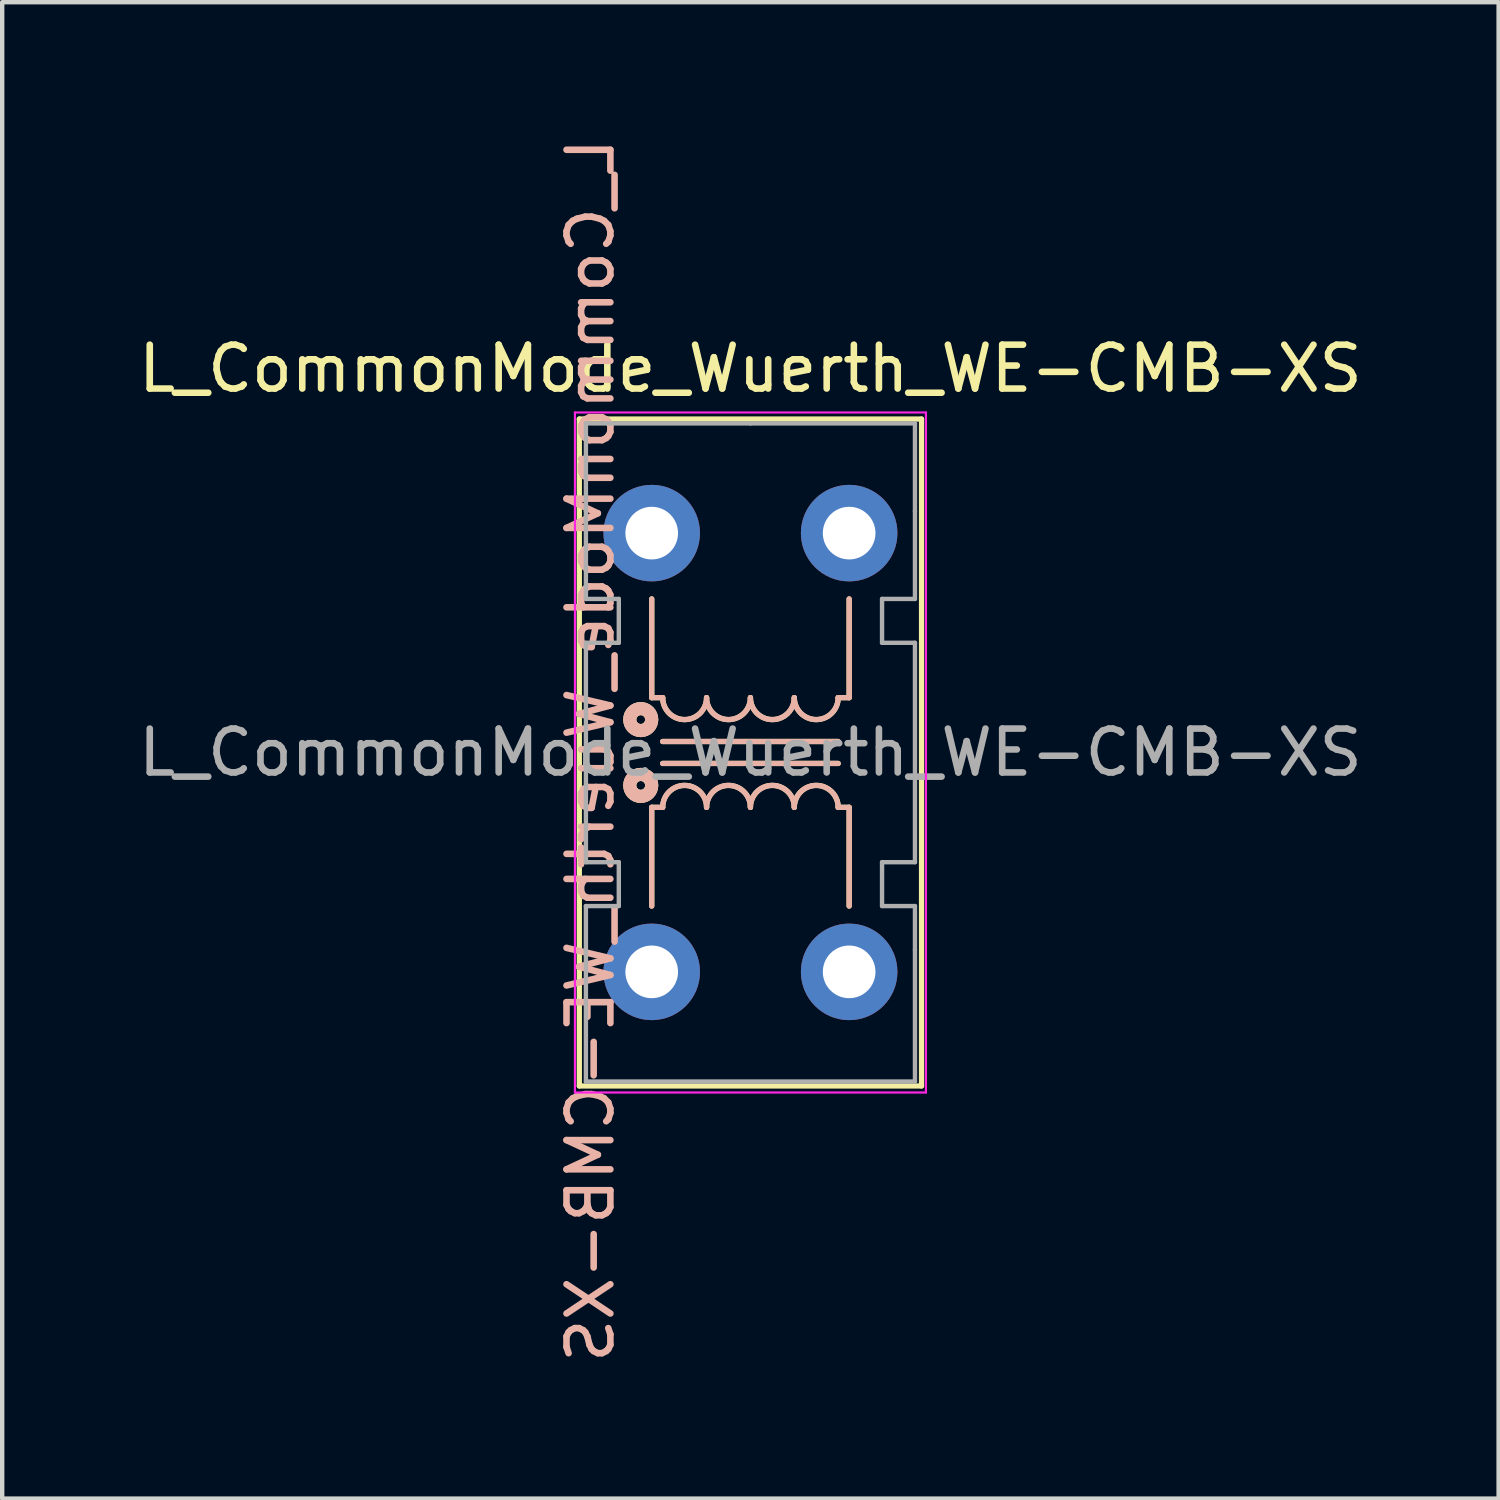
<source format=kicad_pcb>
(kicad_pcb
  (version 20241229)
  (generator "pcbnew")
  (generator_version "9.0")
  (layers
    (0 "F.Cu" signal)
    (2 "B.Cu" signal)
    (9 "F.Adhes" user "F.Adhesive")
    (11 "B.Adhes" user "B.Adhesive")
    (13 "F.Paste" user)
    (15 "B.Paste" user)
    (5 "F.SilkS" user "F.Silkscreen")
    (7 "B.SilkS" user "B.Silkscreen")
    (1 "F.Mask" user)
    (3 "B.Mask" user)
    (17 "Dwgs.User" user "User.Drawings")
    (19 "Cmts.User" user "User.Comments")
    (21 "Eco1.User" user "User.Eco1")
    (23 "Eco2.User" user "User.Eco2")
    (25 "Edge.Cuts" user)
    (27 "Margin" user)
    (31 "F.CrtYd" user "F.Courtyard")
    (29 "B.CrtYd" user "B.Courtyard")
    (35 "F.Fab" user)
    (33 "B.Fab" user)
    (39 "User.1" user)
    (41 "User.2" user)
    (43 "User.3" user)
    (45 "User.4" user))
  (footprint "L_CommonMode_Wuerth_WE-CMB-XS"
    (layer "F.Cu")
    (at 11.804 9.101)
    (property "Reference" "L_CommonMode_Wuerth_WE-CMB-XS" (at 2.25 -3.75 0) (layer "F.SilkS") (effects (font (size 1 1) (thickness 0.15))))
    (fp_line (start -1.65 -2.6) (end -1.65 12.6) (stroke (width 0.12) (type solid)) (layer "F.SilkS"))
    (fp_line (start -1.65 12.6) (end 6.15 12.6) (stroke (width 0.12) (type solid)) (layer "F.SilkS"))
    (fp_line (start 0 1.5) (end 0 3.75) (stroke (width 0.12) (type solid)) (layer "F.SilkS"))
    (fp_line (start 0 6.25) (end 0 8.5) (stroke (width 0.12) (type solid)) (layer "F.SilkS"))
    (fp_line (start 0.25 3.75) (end 0 3.75) (stroke (width 0.12) (type solid)) (layer "F.SilkS"))
    (fp_line (start 0.25 5.25) (end 4.25 5.25) (stroke (width 0.12) (type solid)) (layer "F.SilkS"))
    (fp_line (start 0.25 6.25) (end 0 6.25) (stroke (width 0.12) (type solid)) (layer "F.SilkS"))
    (fp_line (start 4.25 3.75) (end 4.5 3.75) (stroke (width 0.12) (type solid)) (layer "F.SilkS"))
    (fp_line (start 4.25 4.75) (end 0.25 4.75) (stroke (width 0.12) (type solid)) (layer "F.SilkS"))
    (fp_line (start 4.25 6.25) (end 4.5 6.25) (stroke (width 0.12) (type solid)) (layer "F.SilkS"))
    (fp_line (start 4.5 3.75) (end 4.5 1.5) (stroke (width 0.12) (type solid)) (layer "F.SilkS"))
    (fp_line (start 4.5 6.25) (end 4.5 8.5) (stroke (width 0.12) (type solid)) (layer "F.SilkS"))
    (fp_line (start 6.15 -2.6) (end -1.65 -2.6) (stroke (width 0.12) (type solid)) (layer "F.SilkS"))
    (fp_line (start 6.15 12.6) (end 6.15 -2.6) (stroke (width 0.12) (type solid)) (layer "F.SilkS"))
    (fp_arc (start 0.25 6.25) (mid 0.75 5.75) (end 1.25 6.25) (stroke (width 0.12) (type solid)) (layer "F.SilkS"))
    (fp_arc (start 1.25 3.75) (mid 0.75 4.25) (end 0.25 3.75) (stroke (width 0.12) (type solid)) (layer "F.SilkS"))
    (fp_arc (start 1.25 6.25) (mid 1.75 5.75) (end 2.25 6.25) (stroke (width 0.12) (type solid)) (layer "F.SilkS"))
    (fp_arc (start 2.25 3.75) (mid 1.75 4.25) (end 1.25 3.75) (stroke (width 0.12) (type solid)) (layer "F.SilkS"))
    (fp_arc (start 2.25 6.25) (mid 2.75 5.75) (end 3.25 6.25) (stroke (width 0.12) (type solid)) (layer "F.SilkS"))
    (fp_arc (start 3.25 3.75) (mid 2.75 4.25) (end 2.25 3.75) (stroke (width 0.12) (type solid)) (layer "F.SilkS"))
    (fp_arc (start 3.25 6.25) (mid 3.75 5.75) (end 4.25 6.25) (stroke (width 0.12) (type solid)) (layer "F.SilkS"))
    (fp_arc (start 4.25 3.75) (mid 3.75 4.25) (end 3.25 3.75) (stroke (width 0.12) (type solid)) (layer "F.SilkS"))
    (fp_circle (center -0.25 4.25) (end -0.15 4.25) (stroke (width 0.3) (type solid)) (fill no) (layer "F.SilkS"))
    (fp_circle (center -0.25 5.75) (end -0.15 5.75) (stroke (width 0.3) (type solid)) (fill no) (layer "F.SilkS"))
    (fp_line (start 0 3.75) (end 0 1.5) (stroke (width 0.12) (type solid)) (layer "B.SilkS"))
    (fp_line (start 0 8.5) (end 0 6.25) (stroke (width 0.12) (type solid)) (layer "B.SilkS"))
    (fp_line (start 0.25 3.75) (end 0 3.75) (stroke (width 0.12) (type solid)) (layer "B.SilkS"))
    (fp_line (start 0.25 4.75) (end 4.25 4.75) (stroke (width 0.12) (type solid)) (layer "B.SilkS"))
    (fp_line (start 0.25 6.25) (end 0 6.25) (stroke (width 0.12) (type solid)) (layer "B.SilkS"))
    (fp_line (start 4.25 3.75) (end 4.5 3.75) (stroke (width 0.12) (type solid)) (layer "B.SilkS"))
    (fp_line (start 4.25 5.25) (end 0.25 5.25) (stroke (width 0.12) (type solid)) (layer "B.SilkS"))
    (fp_line (start 4.25 6.25) (end 4.5 6.25) (stroke (width 0.12) (type solid)) (layer "B.SilkS"))
    (fp_line (start 4.5 3.75) (end 4.5 1.5) (stroke (width 0.12) (type solid)) (layer "B.SilkS"))
    (fp_line (start 4.5 6.25) (end 4.5 8.5) (stroke (width 0.12) (type solid)) (layer "B.SilkS"))
    (fp_arc (start 0.25 6.25) (mid 0.75 5.75) (end 1.25 6.25) (stroke (width 0.12) (type solid)) (layer "B.SilkS"))
    (fp_arc (start 1.25 3.75) (mid 0.75 4.25) (end 0.25 3.75) (stroke (width 0.12) (type solid)) (layer "B.SilkS"))
    (fp_arc (start 1.25 6.25) (mid 1.75 5.75) (end 2.25 6.25) (stroke (width 0.12) (type solid)) (layer "B.SilkS"))
    (fp_arc (start 2.25 3.75) (mid 1.75 4.25) (end 1.25 3.75) (stroke (width 0.12) (type solid)) (layer "B.SilkS"))
    (fp_arc (start 2.25 6.25) (mid 2.75 5.75) (end 3.25 6.25) (stroke (width 0.12) (type solid)) (layer "B.SilkS"))
    (fp_arc (start 3.25 3.75) (mid 2.75 4.25) (end 2.25 3.75) (stroke (width 0.12) (type solid)) (layer "B.SilkS"))
    (fp_arc (start 3.25 6.25) (mid 3.75 5.75) (end 4.25 6.25) (stroke (width 0.12) (type solid)) (layer "B.SilkS"))
    (fp_arc (start 4.25 3.75) (mid 3.75 4.25) (end 3.25 3.75) (stroke (width 0.12) (type solid)) (layer "B.SilkS"))
    (fp_circle (center -0.25 4.25) (end -0.15 4.25) (stroke (width 0.3) (type solid)) (fill no) (layer "B.SilkS"))
    (fp_circle (center -0.25 5.75) (end -0.15 5.75) (stroke (width 0.3) (type solid)) (fill no) (layer "B.SilkS"))
    (fp_line (start -1.75 -2.75) (end -1.75 12.75) (stroke (width 0.05) (type solid)) (layer "F.CrtYd"))
    (fp_line (start -1.75 12.75) (end 6.25 12.75) (stroke (width 0.05) (type solid)) (layer "F.CrtYd"))
    (fp_line (start 6.25 -2.75) (end -1.75 -2.75) (stroke (width 0.05) (type solid)) (layer "F.CrtYd"))
    (fp_line (start 6.25 12.75) (end 6.25 -2.75) (stroke (width 0.05) (type solid)) (layer "F.CrtYd"))
    (fp_line (start -1.5 -2.5) (end 2.25 -2.5) (stroke (width 0.1) (type solid)) (layer "F.Fab"))
    (fp_line (start -1.5 -0.5) (end -1.5 -2.5) (stroke (width 0.1) (type solid)) (layer "F.Fab"))
    (fp_line (start -1.5 1.5) (end -1.5 -0.5) (stroke (width 0.1) (type solid)) (layer "F.Fab"))
    (fp_line (start -1.5 2.5) (end -0.75 2.5) (stroke (width 0.1) (type solid)) (layer "F.Fab"))
    (fp_line (start -1.5 7.5) (end -1.5 2.5) (stroke (width 0.1) (type solid)) (layer "F.Fab"))
    (fp_line (start -1.5 8.5) (end -0.75 8.5) (stroke (width 0.1) (type solid)) (layer "F.Fab"))
    (fp_line (start -1.5 9.5) (end -1.5 8.5) (stroke (width 0.1) (type solid)) (layer "F.Fab"))
    (fp_line (start -1.5 12.5) (end -1.5 9.5) (stroke (width 0.1) (type solid)) (layer "F.Fab"))
    (fp_line (start -0.75 1.5) (end -1.5 1.5) (stroke (width 0.1) (type solid)) (layer "F.Fab"))
    (fp_line (start -0.75 2.5) (end -0.75 1.5) (stroke (width 0.1) (type solid)) (layer "F.Fab"))
    (fp_line (start -0.75 7.5) (end -1.5 7.5) (stroke (width 0.1) (type solid)) (layer "F.Fab"))
    (fp_line (start -0.75 8.5) (end -0.75 7.5) (stroke (width 0.1) (type solid)) (layer "F.Fab"))
    (fp_line (start 2.25 -2.5) (end 6 -2.5) (stroke (width 0.1) (type solid)) (layer "F.Fab"))
    (fp_line (start 5.25 1.5) (end 5.25 2.5) (stroke (width 0.1) (type solid)) (layer "F.Fab"))
    (fp_line (start 5.25 2.5) (end 6 2.5) (stroke (width 0.1) (type solid)) (layer "F.Fab"))
    (fp_line (start 5.25 7.5) (end 5.25 8.5) (stroke (width 0.1) (type solid)) (layer "F.Fab"))
    (fp_line (start 5.25 8.5) (end 6 8.5) (stroke (width 0.1) (type solid)) (layer "F.Fab"))
    (fp_line (start 6 -2.5) (end 6 -0.5) (stroke (width 0.1) (type solid)) (layer "F.Fab"))
    (fp_line (start 6 -0.5) (end 6 1.5) (stroke (width 0.1) (type solid)) (layer "F.Fab"))
    (fp_line (start 6 1.5) (end 5.25 1.5) (stroke (width 0.1) (type solid)) (layer "F.Fab"))
    (fp_line (start 6 2.5) (end 6 7.5) (stroke (width 0.1) (type solid)) (layer "F.Fab"))
    (fp_line (start 6 7.5) (end 5.25 7.5) (stroke (width 0.1) (type solid)) (layer "F.Fab"))
    (fp_line (start 6 8.5) (end 6 9.5) (stroke (width 0.1) (type solid)) (layer "F.Fab"))
    (fp_line (start 6 9.5) (end 6 12.5) (stroke (width 0.1) (type solid)) (layer "F.Fab"))
    (fp_line (start 6 12.5) (end -1.5 12.5) (stroke (width 0.1) (type solid)) (layer "F.Fab"))
    (fp_text user "${REFERENCE}" (at -1.397 4.953 90) (layer "B.SilkS") (effects (font (size 1 1) (thickness 0.15)) (justify mirror)))
    (fp_text user "${REFERENCE}" (at 2.25 5 0) (layer "F.Fab") (effects (font (size 1 1) (thickness 0.15))))
    (pad "1" thru_hole circle (at 0 0) (size 2.2 2.2) (drill 1.2) (layers "*.Cu" "*.Mask"))
    (pad "2" thru_hole circle (at 4.5 0) (size 2.2 2.2) (drill 1.2) (layers "*.Cu" "*.Mask"))
    (pad "3" thru_hole circle (at 4.5 10) (size 2.2 2.2) (drill 1.2) (layers "*.Cu" "*.Mask"))
    (pad "4" thru_hole circle (at 0 10) (size 2.2 2.2) (drill 1.2) (layers "*.Cu" "*.Mask")))
  (gr_rect
    (start -3 -3)
    (end 31.107 31.107)
    (stroke (width 0.1) (type default))
    (fill no)
    (layer "Edge.Cuts")))
</source>
